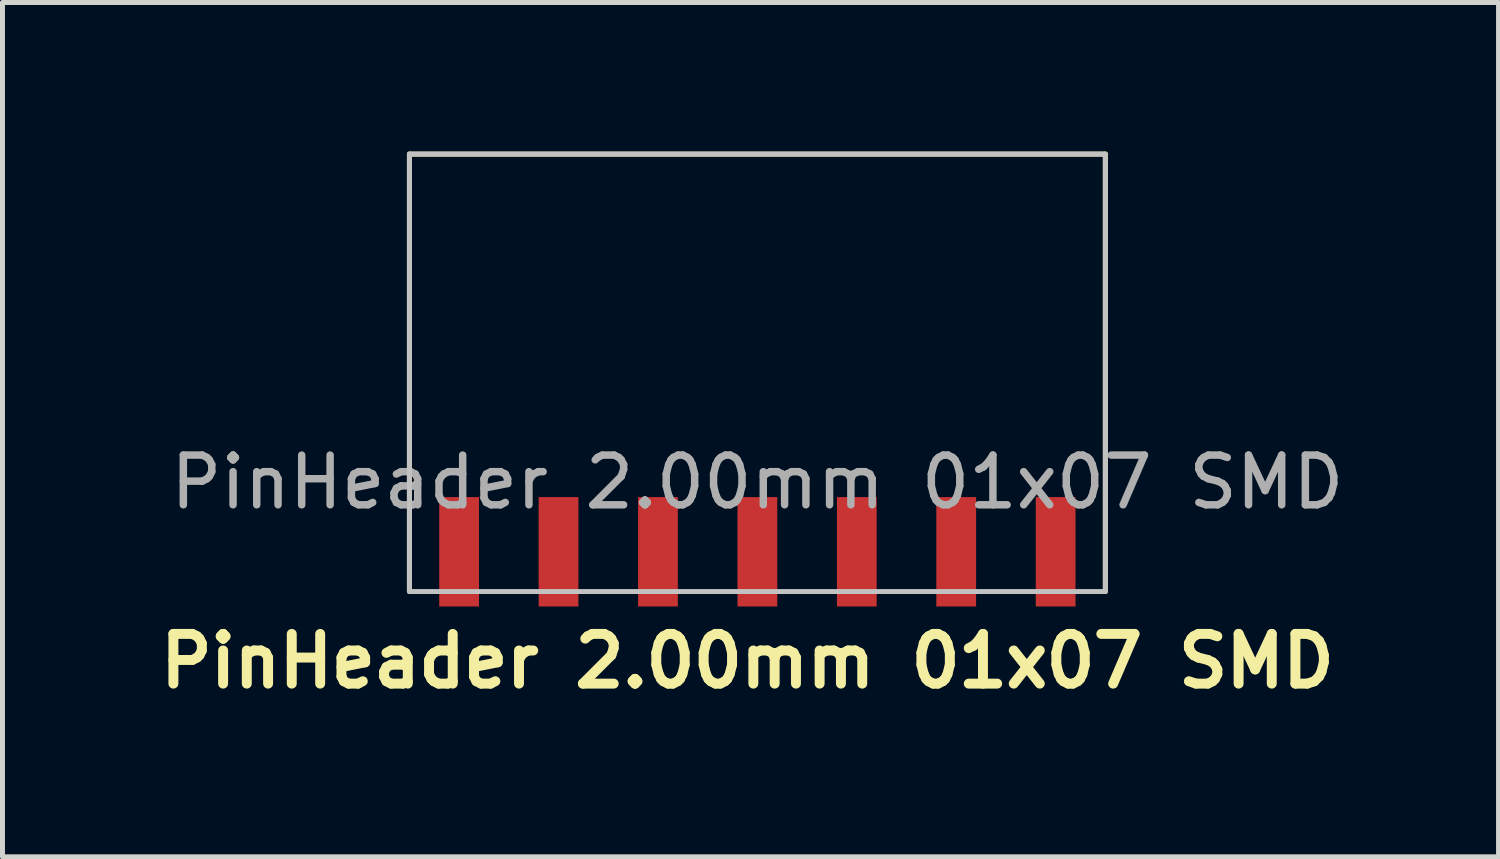
<source format=kicad_pcb>
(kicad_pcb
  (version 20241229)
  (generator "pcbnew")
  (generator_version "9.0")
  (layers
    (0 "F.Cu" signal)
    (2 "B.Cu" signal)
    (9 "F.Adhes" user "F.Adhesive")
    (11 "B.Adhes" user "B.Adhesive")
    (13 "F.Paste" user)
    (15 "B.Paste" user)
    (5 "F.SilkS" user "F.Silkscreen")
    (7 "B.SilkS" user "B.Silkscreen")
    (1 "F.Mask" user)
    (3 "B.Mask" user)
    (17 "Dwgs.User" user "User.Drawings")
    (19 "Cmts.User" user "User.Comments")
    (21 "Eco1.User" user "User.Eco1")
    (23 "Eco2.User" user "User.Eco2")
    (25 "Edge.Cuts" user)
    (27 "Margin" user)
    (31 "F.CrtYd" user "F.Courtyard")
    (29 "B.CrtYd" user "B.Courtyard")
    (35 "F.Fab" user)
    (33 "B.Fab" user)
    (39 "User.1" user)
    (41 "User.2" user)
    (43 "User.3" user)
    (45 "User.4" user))
  (footprint "PinHeader 2.00mm 01x07 SMD"
    (layer "F.Cu")
    (at 12.186 4.15)
    (property "Reference" "PinHeader 2.00mm 01x07 SMD" (at -0.2 6.1 0) (unlocked yes) (layer "F.SilkS") (effects (font (size 1 1) (thickness 0.2) (bold yes))))
    (attr smd)
    (fp_line (start -7 4.7) (end -7 -4.1) (stroke (width 0.1) (type default)) (layer "F.SilkS"))
    (fp_line (start 7 -4.1) (end -7 -4.1) (stroke (width 0.1) (type default)) (layer "F.SilkS"))
    (fp_line (start 7 -4.1) (end 7 4.7) (stroke (width 0.1) (type default)) (layer "F.SilkS"))
    (fp_rect (start -7 -4.1) (end 7 4.7) (stroke (width 0.1) (type default)) (fill no) (layer "Dwgs.User"))
    (fp_text user "${REFERENCE}" (at 0 2.5 0) (unlocked yes) (layer "F.Fab") (effects (font (size 1 1) (thickness 0.15))))
    (pad "1" smd rect (at -6 3.9) (size 0.8 2.2) (layers "F.Cu" "F.Mask" "F.Paste"))
    (pad "2" smd rect (at -4 3.9) (size 0.8 2.2) (layers "F.Cu" "F.Mask" "F.Paste"))
    (pad "3" smd rect (at -2 3.9) (size 0.8 2.2) (layers "F.Cu" "F.Mask" "F.Paste"))
    (pad "4" smd rect (at 0 3.9) (size 0.8 2.2) (layers "F.Cu" "F.Mask" "F.Paste"))
    (pad "5" smd rect (at 2 3.9) (size 0.8 2.2) (layers "F.Cu" "F.Mask" "F.Paste"))
    (pad "6" smd rect (at 4 3.9) (size 0.8 2.2) (layers "F.Cu" "F.Mask" "F.Paste"))
    (pad "7" smd rect (at 6 3.9) (size 0.8 2.2) (layers "F.Cu" "F.Mask" "F.Paste")))
  (gr_rect
    (start -3 -3)
    (end 27.096 14.186)
    (stroke (width 0.1) (type default))
    (fill no)
    (layer "Edge.Cuts")))
</source>
